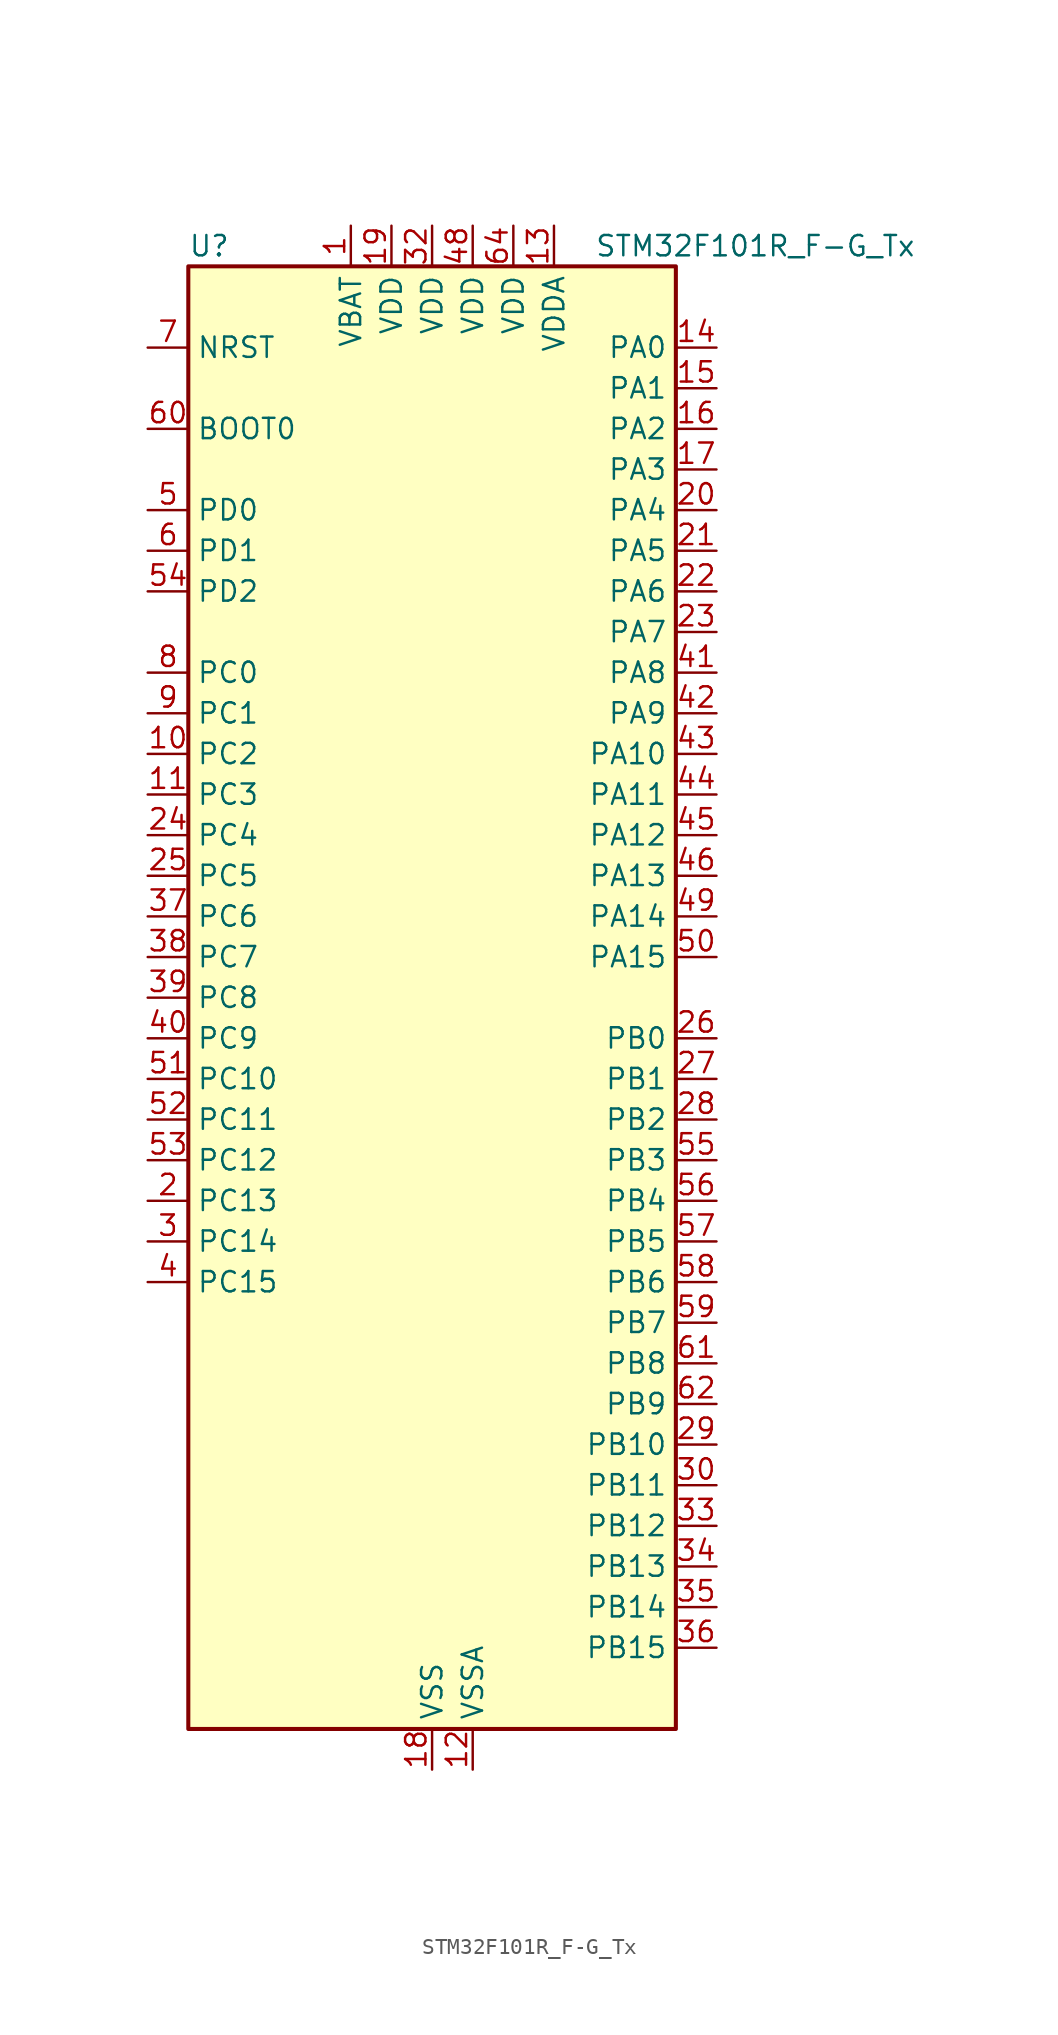
<source format=kicad_sym>
(kicad_symbol_lib
  (version 20241209)
  (generator "kicad_symbol_editor")
  (generator_version "9.0")
  (symbol "STM32F101R_F-G_Tx"
    (property "Reference" "U"
      (at -15.24 46.99 0)
      (effects (font (size 1.27 1.27)) (justify left)))
    (property "Value" "STM32F101R_F-G_Tx"
      (at 10.16 46.99 0)
      (effects (font (size 1.27 1.27)) (justify left)))
    (symbol "STM32F101R_F-G_Tx_0_1"
      (rectangle (start -15.24 -45.72) (end 15.24 45.72) (stroke (width 0.254) (type default)) (fill (type background))))
    (symbol "STM32F101R_F-G_Tx_1_1"
      (pin input line (at -17.78 40.64 0) (length 2.54) (name "NRST" (effects (font (size 1.27 1.27)))) (number "7" (effects (font (size 1.27 1.27)))))
      (pin input line (at -17.78 35.56 0) (length 2.54) (name "BOOT0" (effects (font (size 1.27 1.27)))) (number "60" (effects (font (size 1.27 1.27)))))
      (pin bidirectional line (at -17.78 30.48 0) (length 2.54) (name "PD0" (effects (font (size 1.27 1.27)))) (number "5" (effects (font (size 1.27 1.27)))) (alternate "RCC_OSC_IN" bidirectional line))
      (pin bidirectional line (at -17.78 27.94 0) (length 2.54) (name "PD1" (effects (font (size 1.27 1.27)))) (number "6" (effects (font (size 1.27 1.27)))) (alternate "RCC_OSC_OUT" bidirectional line))
      (pin bidirectional line (at -17.78 25.4 0) (length 2.54) (name "PD2" (effects (font (size 1.27 1.27)))) (number "54" (effects (font (size 1.27 1.27)))) (alternate "TIM3_ETR" bidirectional line) (alternate "UART5_RX" bidirectional line))
      (pin bidirectional line (at -17.78 20.32 0) (length 2.54) (name "PC0" (effects (font (size 1.27 1.27)))) (number "8" (effects (font (size 1.27 1.27)))) (alternate "ADC1_IN10" bidirectional line))
      (pin bidirectional line (at -17.78 17.78 0) (length 2.54) (name "PC1" (effects (font (size 1.27 1.27)))) (number "9" (effects (font (size 1.27 1.27)))) (alternate "ADC1_IN11" bidirectional line))
      (pin bidirectional line (at -17.78 15.24 0) (length 2.54) (name "PC2" (effects (font (size 1.27 1.27)))) (number "10" (effects (font (size 1.27 1.27)))) (alternate "ADC1_IN12" bidirectional line))
      (pin bidirectional line (at -17.78 12.7 0) (length 2.54) (name "PC3" (effects (font (size 1.27 1.27)))) (number "11" (effects (font (size 1.27 1.27)))) (alternate "ADC1_IN13" bidirectional line))
      (pin bidirectional line (at -17.78 10.16 0) (length 2.54) (name "PC4" (effects (font (size 1.27 1.27)))) (number "24" (effects (font (size 1.27 1.27)))) (alternate "ADC1_IN14" bidirectional line))
      (pin bidirectional line (at -17.78 7.62 0) (length 2.54) (name "PC5" (effects (font (size 1.27 1.27)))) (number "25" (effects (font (size 1.27 1.27)))) (alternate "ADC1_IN15" bidirectional line))
      (pin bidirectional line (at -17.78 5.08 0) (length 2.54) (name "PC6" (effects (font (size 1.27 1.27)))) (number "37" (effects (font (size 1.27 1.27)))) (alternate "TIM3_CH1" bidirectional line))
      (pin bidirectional line (at -17.78 2.54 0) (length 2.54) (name "PC7" (effects (font (size 1.27 1.27)))) (number "38" (effects (font (size 1.27 1.27)))) (alternate "TIM3_CH2" bidirectional line))
      (pin bidirectional line (at -17.78 0 0) (length 2.54) (name "PC8" (effects (font (size 1.27 1.27)))) (number "39" (effects (font (size 1.27 1.27)))) (alternate "TIM3_CH3" bidirectional line))
      (pin bidirectional line (at -17.78 -2.54 0) (length 2.54) (name "PC9" (effects (font (size 1.27 1.27)))) (number "40" (effects (font (size 1.27 1.27)))) (alternate "DAC_EXTI9" bidirectional line) (alternate "TIM3_CH4" bidirectional line))
      (pin bidirectional line (at -17.78 -5.08 0) (length 2.54) (name "PC10" (effects (font (size 1.27 1.27)))) (number "51" (effects (font (size 1.27 1.27)))) (alternate "UART4_TX" bidirectional line) (alternate "USART3_TX" bidirectional line))
      (pin bidirectional line (at -17.78 -7.62 0) (length 2.54) (name "PC11" (effects (font (size 1.27 1.27)))) (number "52" (effects (font (size 1.27 1.27)))) (alternate "ADC1_EXTI11" bidirectional line) (alternate "UART4_RX" bidirectional line) (alternate "USART3_RX" bidirectional line))
      (pin bidirectional line (at -17.78 -10.16 0) (length 2.54) (name "PC12" (effects (font (size 1.27 1.27)))) (number "53" (effects (font (size 1.27 1.27)))) (alternate "UART5_TX" bidirectional line) (alternate "USART3_CK" bidirectional line))
      (pin bidirectional line (at -17.78 -12.7 0) (length 2.54) (name "PC13" (effects (font (size 1.27 1.27)))) (number "2" (effects (font (size 1.27 1.27)))) (alternate "RTC_OUT" bidirectional line) (alternate "RTC_TAMPER" bidirectional line))
      (pin bidirectional line (at -17.78 -15.24 0) (length 2.54) (name "PC14" (effects (font (size 1.27 1.27)))) (number "3" (effects (font (size 1.27 1.27)))) (alternate "RCC_OSC32_IN" bidirectional line))
      (pin bidirectional line (at -17.78 -17.78 0) (length 2.54) (name "PC15" (effects (font (size 1.27 1.27)))) (number "4" (effects (font (size 1.27 1.27)))) (alternate "ADC1_EXTI15" bidirectional line) (alternate "RCC_OSC32_OUT" bidirectional line))
      (pin power_in line (at -5.08 48.26 270) (length 2.54) (name "VBAT" (effects (font (size 1.27 1.27)))) (number "1" (effects (font (size 1.27 1.27)))))
      (pin power_in line (at -2.54 48.26 270) (length 2.54) (name "VDD" (effects (font (size 1.27 1.27)))) (number "19" (effects (font (size 1.27 1.27)))))
      (pin power_in line (at 0 48.26 270) (length 2.54) (name "VDD" (effects (font (size 1.27 1.27)))) (number "32" (effects (font (size 1.27 1.27)))))
      (pin power_in line (at 0 -48.26 90) (length 2.54) (name "VSS" (effects (font (size 1.27 1.27)))) (number "18" (effects (font (size 1.27 1.27)))))
      (pin passive line (at 0 -48.26 90) (length 2.54) (hide yes) (name "VSS" (effects (font (size 1.27 1.27)))) (number "31" (effects (font (size 1.27 1.27)))))
      (pin passive line (at 0 -48.26 90) (length 2.54) (hide yes) (name "VSS" (effects (font (size 1.27 1.27)))) (number "47" (effects (font (size 1.27 1.27)))))
      (pin passive line (at 0 -48.26 90) (length 2.54) (hide yes) (name "VSS" (effects (font (size 1.27 1.27)))) (number "63" (effects (font (size 1.27 1.27)))))
      (pin power_in line (at 2.54 48.26 270) (length 2.54) (name "VDD" (effects (font (size 1.27 1.27)))) (number "48" (effects (font (size 1.27 1.27)))))
      (pin power_in line (at 2.54 -48.26 90) (length 2.54) (name "VSSA" (effects (font (size 1.27 1.27)))) (number "12" (effects (font (size 1.27 1.27)))))
      (pin power_in line (at 5.08 48.26 270) (length 2.54) (name "VDD" (effects (font (size 1.27 1.27)))) (number "64" (effects (font (size 1.27 1.27)))))
      (pin power_in line (at 7.62 48.26 270) (length 2.54) (name "VDDA" (effects (font (size 1.27 1.27)))) (number "13" (effects (font (size 1.27 1.27)))))
      (pin bidirectional line (at 17.78 40.64 180) (length 2.54) (name "PA0" (effects (font (size 1.27 1.27)))) (number "14" (effects (font (size 1.27 1.27)))) (alternate "ADC1_IN0" bidirectional line) (alternate "SYS_WKUP" bidirectional line) (alternate "TIM2_CH1" bidirectional line) (alternate "TIM2_ETR" bidirectional line) (alternate "TIM5_CH1" bidirectional line) (alternate "USART2_CTS" bidirectional line))
      (pin bidirectional line (at 17.78 38.1 180) (length 2.54) (name "PA1" (effects (font (size 1.27 1.27)))) (number "15" (effects (font (size 1.27 1.27)))) (alternate "ADC1_IN1" bidirectional line) (alternate "TIM2_CH2" bidirectional line) (alternate "TIM5_CH2" bidirectional line) (alternate "USART2_RTS" bidirectional line))
      (pin bidirectional line (at 17.78 35.56 180) (length 2.54) (name "PA2" (effects (font (size 1.27 1.27)))) (number "16" (effects (font (size 1.27 1.27)))) (alternate "ADC1_IN2" bidirectional line) (alternate "TIM2_CH3" bidirectional line) (alternate "TIM5_CH3" bidirectional line) (alternate "TIM9_CH1" bidirectional line) (alternate "USART2_TX" bidirectional line))
      (pin bidirectional line (at 17.78 33.02 180) (length 2.54) (name "PA3" (effects (font (size 1.27 1.27)))) (number "17" (effects (font (size 1.27 1.27)))) (alternate "ADC1_IN3" bidirectional line) (alternate "TIM2_CH4" bidirectional line) (alternate "TIM5_CH4" bidirectional line) (alternate "TIM9_CH2" bidirectional line) (alternate "USART2_RX" bidirectional line))
      (pin bidirectional line (at 17.78 30.48 180) (length 2.54) (name "PA4" (effects (font (size 1.27 1.27)))) (number "20" (effects (font (size 1.27 1.27)))) (alternate "ADC1_IN4" bidirectional line) (alternate "DAC_OUT1" bidirectional line) (alternate "SPI1_NSS" bidirectional line) (alternate "USART2_CK" bidirectional line))
      (pin bidirectional line (at 17.78 27.94 180) (length 2.54) (name "PA5" (effects (font (size 1.27 1.27)))) (number "21" (effects (font (size 1.27 1.27)))) (alternate "ADC1_IN5" bidirectional line) (alternate "DAC_OUT2" bidirectional line) (alternate "SPI1_SCK" bidirectional line))
      (pin bidirectional line (at 17.78 25.4 180) (length 2.54) (name "PA6" (effects (font (size 1.27 1.27)))) (number "22" (effects (font (size 1.27 1.27)))) (alternate "ADC1_IN6" bidirectional line) (alternate "SPI1_MISO" bidirectional line) (alternate "TIM13_CH1" bidirectional line) (alternate "TIM3_CH1" bidirectional line))
      (pin bidirectional line (at 17.78 22.86 180) (length 2.54) (name "PA7" (effects (font (size 1.27 1.27)))) (number "23" (effects (font (size 1.27 1.27)))) (alternate "ADC1_IN7" bidirectional line) (alternate "SPI1_MOSI" bidirectional line) (alternate "TIM14_CH1" bidirectional line) (alternate "TIM3_CH2" bidirectional line))
      (pin bidirectional line (at 17.78 20.32 180) (length 2.54) (name "PA8" (effects (font (size 1.27 1.27)))) (number "41" (effects (font (size 1.27 1.27)))) (alternate "RCC_MCO" bidirectional line) (alternate "USART1_CK" bidirectional line))
      (pin bidirectional line (at 17.78 17.78 180) (length 2.54) (name "PA9" (effects (font (size 1.27 1.27)))) (number "42" (effects (font (size 1.27 1.27)))) (alternate "DAC_EXTI9" bidirectional line) (alternate "USART1_TX" bidirectional line))
      (pin bidirectional line (at 17.78 15.24 180) (length 2.54) (name "PA10" (effects (font (size 1.27 1.27)))) (number "43" (effects (font (size 1.27 1.27)))) (alternate "USART1_RX" bidirectional line))
      (pin bidirectional line (at 17.78 12.7 180) (length 2.54) (name "PA11" (effects (font (size 1.27 1.27)))) (number "44" (effects (font (size 1.27 1.27)))) (alternate "ADC1_EXTI11" bidirectional line) (alternate "USART1_CTS" bidirectional line))
      (pin bidirectional line (at 17.78 10.16 180) (length 2.54) (name "PA12" (effects (font (size 1.27 1.27)))) (number "45" (effects (font (size 1.27 1.27)))) (alternate "USART1_RTS" bidirectional line))
      (pin bidirectional line (at 17.78 7.62 180) (length 2.54) (name "PA13" (effects (font (size 1.27 1.27)))) (number "46" (effects (font (size 1.27 1.27)))) (alternate "SYS_JTMS-SWDIO" bidirectional line))
      (pin bidirectional line (at 17.78 5.08 180) (length 2.54) (name "PA14" (effects (font (size 1.27 1.27)))) (number "49" (effects (font (size 1.27 1.27)))) (alternate "SYS_JTCK-SWCLK" bidirectional line))
      (pin bidirectional line (at 17.78 2.54 180) (length 2.54) (name "PA15" (effects (font (size 1.27 1.27)))) (number "50" (effects (font (size 1.27 1.27)))) (alternate "ADC1_EXTI15" bidirectional line) (alternate "SPI1_NSS" bidirectional line) (alternate "SPI3_NSS" bidirectional line) (alternate "SYS_JTDI" bidirectional line) (alternate "TIM2_CH1" bidirectional line) (alternate "TIM2_ETR" bidirectional line))
      (pin bidirectional line (at 17.78 -2.54 180) (length 2.54) (name "PB0" (effects (font (size 1.27 1.27)))) (number "26" (effects (font (size 1.27 1.27)))) (alternate "ADC1_IN8" bidirectional line) (alternate "TIM3_CH3" bidirectional line))
      (pin bidirectional line (at 17.78 -5.08 180) (length 2.54) (name "PB1" (effects (font (size 1.27 1.27)))) (number "27" (effects (font (size 1.27 1.27)))) (alternate "ADC1_IN9" bidirectional line) (alternate "TIM3_CH4" bidirectional line))
      (pin bidirectional line (at 17.78 -7.62 180) (length 2.54) (name "PB2" (effects (font (size 1.27 1.27)))) (number "28" (effects (font (size 1.27 1.27)))))
      (pin bidirectional line (at 17.78 -10.16 180) (length 2.54) (name "PB3" (effects (font (size 1.27 1.27)))) (number "55" (effects (font (size 1.27 1.27)))) (alternate "SPI1_SCK" bidirectional line) (alternate "SPI3_SCK" bidirectional line) (alternate "SYS_JTDO-TRACESWO" bidirectional line) (alternate "TIM2_CH2" bidirectional line))
      (pin bidirectional line (at 17.78 -12.7 180) (length 2.54) (name "PB4" (effects (font (size 1.27 1.27)))) (number "56" (effects (font (size 1.27 1.27)))) (alternate "SPI1_MISO" bidirectional line) (alternate "SPI3_MISO" bidirectional line) (alternate "SYS_NJTRST" bidirectional line) (alternate "TIM3_CH1" bidirectional line))
      (pin bidirectional line (at 17.78 -15.24 180) (length 2.54) (name "PB5" (effects (font (size 1.27 1.27)))) (number "57" (effects (font (size 1.27 1.27)))) (alternate "I2C1_SMBA" bidirectional line) (alternate "SPI1_MOSI" bidirectional line) (alternate "SPI3_MOSI" bidirectional line) (alternate "TIM3_CH2" bidirectional line))
      (pin bidirectional line (at 17.78 -17.78 180) (length 2.54) (name "PB6" (effects (font (size 1.27 1.27)))) (number "58" (effects (font (size 1.27 1.27)))) (alternate "I2C1_SCL" bidirectional line) (alternate "TIM4_CH1" bidirectional line) (alternate "USART1_TX" bidirectional line))
      (pin bidirectional line (at 17.78 -20.32 180) (length 2.54) (name "PB7" (effects (font (size 1.27 1.27)))) (number "59" (effects (font (size 1.27 1.27)))) (alternate "I2C1_SDA" bidirectional line) (alternate "TIM4_CH2" bidirectional line) (alternate "USART1_RX" bidirectional line))
      (pin bidirectional line (at 17.78 -22.86 180) (length 2.54) (name "PB8" (effects (font (size 1.27 1.27)))) (number "61" (effects (font (size 1.27 1.27)))) (alternate "I2C1_SCL" bidirectional line) (alternate "TIM10_CH1" bidirectional line) (alternate "TIM4_CH3" bidirectional line))
      (pin bidirectional line (at 17.78 -25.4 180) (length 2.54) (name "PB9" (effects (font (size 1.27 1.27)))) (number "62" (effects (font (size 1.27 1.27)))) (alternate "DAC_EXTI9" bidirectional line) (alternate "I2C1_SDA" bidirectional line) (alternate "TIM11_CH1" bidirectional line) (alternate "TIM4_CH4" bidirectional line))
      (pin bidirectional line (at 17.78 -27.94 180) (length 2.54) (name "PB10" (effects (font (size 1.27 1.27)))) (number "29" (effects (font (size 1.27 1.27)))) (alternate "I2C2_SCL" bidirectional line) (alternate "TIM2_CH3" bidirectional line) (alternate "USART3_TX" bidirectional line))
      (pin bidirectional line (at 17.78 -30.48 180) (length 2.54) (name "PB11" (effects (font (size 1.27 1.27)))) (number "30" (effects (font (size 1.27 1.27)))) (alternate "ADC1_EXTI11" bidirectional line) (alternate "I2C2_SDA" bidirectional line) (alternate "TIM2_CH4" bidirectional line) (alternate "USART3_RX" bidirectional line))
      (pin bidirectional line (at 17.78 -33.02 180) (length 2.54) (name "PB12" (effects (font (size 1.27 1.27)))) (number "33" (effects (font (size 1.27 1.27)))) (alternate "I2C2_SMBA" bidirectional line) (alternate "SPI2_NSS" bidirectional line) (alternate "USART3_CK" bidirectional line))
      (pin bidirectional line (at 17.78 -35.56 180) (length 2.54) (name "PB13" (effects (font (size 1.27 1.27)))) (number "34" (effects (font (size 1.27 1.27)))) (alternate "SPI2_SCK" bidirectional line) (alternate "USART3_CTS" bidirectional line))
      (pin bidirectional line (at 17.78 -38.1 180) (length 2.54) (name "PB14" (effects (font (size 1.27 1.27)))) (number "35" (effects (font (size 1.27 1.27)))) (alternate "SPI2_MISO" bidirectional line) (alternate "TIM12_CH1" bidirectional line) (alternate "USART3_RTS" bidirectional line))
      (pin bidirectional line (at 17.78 -40.64 180) (length 2.54) (name "PB15" (effects (font (size 1.27 1.27)))) (number "36" (effects (font (size 1.27 1.27)))) (alternate "ADC1_EXTI15" bidirectional line) (alternate "SPI2_MOSI" bidirectional line) (alternate "TIM12_CH2" bidirectional line)))))
</source>
